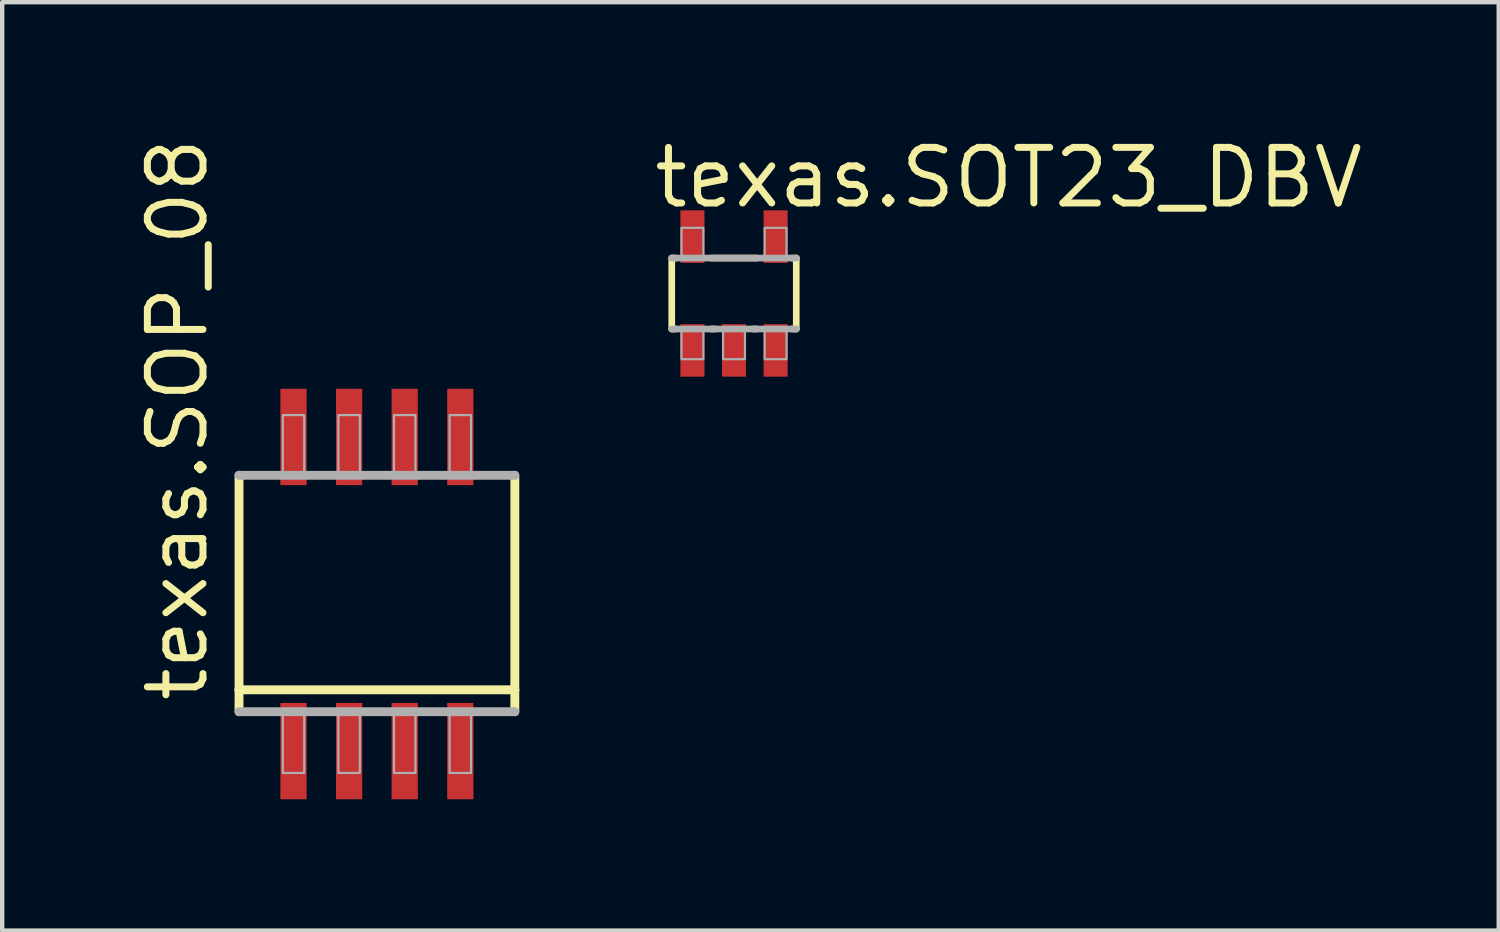
<source format=kicad_pcb>
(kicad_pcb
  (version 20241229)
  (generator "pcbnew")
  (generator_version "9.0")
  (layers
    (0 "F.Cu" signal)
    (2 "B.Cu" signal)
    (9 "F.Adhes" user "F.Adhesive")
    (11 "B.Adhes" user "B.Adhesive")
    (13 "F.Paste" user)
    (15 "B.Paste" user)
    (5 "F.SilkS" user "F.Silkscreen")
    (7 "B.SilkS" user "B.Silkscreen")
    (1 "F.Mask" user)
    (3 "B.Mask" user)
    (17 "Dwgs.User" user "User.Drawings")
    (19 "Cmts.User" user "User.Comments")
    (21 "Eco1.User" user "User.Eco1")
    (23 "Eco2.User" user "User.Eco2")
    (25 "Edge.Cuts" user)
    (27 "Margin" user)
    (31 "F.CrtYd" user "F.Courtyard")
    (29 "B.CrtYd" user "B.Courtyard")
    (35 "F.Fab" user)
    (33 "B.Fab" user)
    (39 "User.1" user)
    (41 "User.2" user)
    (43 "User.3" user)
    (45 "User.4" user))
  (footprint "texas.SOT23_DBV"
    (layer "F.Cu")
    (at 13.717 3.655)
    (property "Reference" "texas.SOT23_DBV" (at -1.905 -1.905 0) (layer "F.SilkS") (effects (font (size 1.27 1.27) (thickness 0.16)) (justify left bottom)))
    (attr smd)
    (fp_line (start -1.422 -0.81) (end -1.328 -0.81) (stroke (width 0.152) (type default)) (layer "F.SilkS"))
    (fp_line (start -1.422 0.81) (end -1.422 -0.81) (stroke (width 0.152) (type default)) (layer "F.SilkS"))
    (fp_line (start -1.328 0.81) (end -1.422 0.81) (stroke (width 0.152) (type default)) (layer "F.SilkS"))
    (fp_line (start -0.522 -0.81) (end 0.522 -0.81) (stroke (width 0.152) (type default)) (layer "F.SilkS"))
    (fp_line (start -0.428 0.81) (end -0.522 0.81) (stroke (width 0.152) (type default)) (layer "F.SilkS"))
    (fp_line (start 0.522 0.81) (end 0.428 0.81) (stroke (width 0.152) (type default)) (layer "F.SilkS"))
    (fp_line (start 1.328 -0.81) (end 1.422 -0.81) (stroke (width 0.152) (type default)) (layer "F.SilkS"))
    (fp_line (start 1.422 -0.81) (end 1.422 0.81) (stroke (width 0.152) (type default)) (layer "F.SilkS"))
    (fp_line (start 1.422 0.81) (end 1.328 0.81) (stroke (width 0.152) (type default)) (layer "F.SilkS"))
    (fp_line (start -1.422 -0.81) (end 1.422 -0.81) (stroke (width 0.152) (type default)) (layer "F.Fab"))
    (fp_line (start 1.422 0.81) (end -1.422 0.81) (stroke (width 0.152) (type default)) (layer "F.Fab"))
    (fp_rect (start -1.2 -0.85) (end -0.7 -1.5) (stroke (width 0.05) (type default)) (fill no) (layer "F.Fab"))
    (fp_rect (start -1.2 1.5) (end -0.7 0.85) (stroke (width 0.05) (type default)) (fill no) (layer "F.Fab"))
    (fp_rect (start -0.25 1.5) (end 0.25 0.85) (stroke (width 0.05) (type default)) (fill no) (layer "F.Fab"))
    (fp_rect (start 0.7 -0.85) (end 1.2 -1.5) (stroke (width 0.05) (type default)) (fill no) (layer "F.Fab"))
    (fp_rect (start 0.7 1.5) (end 1.2 0.85) (stroke (width 0.05) (type default)) (fill no) (layer "F.Fab"))
    (pad "1" smd roundrect (at -0.95 1.3) (size 0.55 1.2) (layers "F.Cu" "F.Mask" "F.Paste") (roundrect_rratio 0.01))
    (pad "2" smd roundrect (at 0 1.3) (size 0.55 1.2) (layers "F.Cu" "F.Mask" "F.Paste") (roundrect_rratio 0.01))
    (pad "3" smd roundrect (at 0.95 1.3) (size 0.55 1.2) (layers "F.Cu" "F.Mask" "F.Paste") (roundrect_rratio 0.01))
    (pad "4" smd roundrect (at 0.95 -1.3) (size 0.55 1.2) (layers "F.Cu" "F.Mask" "F.Paste") (roundrect_rratio 0.01))
    (pad "5" smd roundrect (at -0.95 -1.3) (size 0.55 1.2) (layers "F.Cu" "F.Mask" "F.Paste") (roundrect_rratio 0.01)))
  (footprint "texas.SOP_08"
    (layer "F.Cu")
    (at 5.56 10.507)
    (property "Reference" "texas.SOP_08" (at -3.81 2.54 90) (layer "F.SilkS") (effects (font (size 1.27 1.27) (thickness 0.16)) (justify left bottom)))
    (attr smd)
    (fp_line (start -3.15 2.2) (end -3.15 -2.7) (stroke (width 0.203) (type default)) (layer "F.SilkS"))
    (fp_line (start -3.15 2.7) (end -3.15 2.2) (stroke (width 0.203) (type default)) (layer "F.SilkS"))
    (fp_line (start 3.15 -2.7) (end 3.15 2.2) (stroke (width 0.203) (type default)) (layer "F.SilkS"))
    (fp_line (start 3.15 2.2) (end -3.15 2.2) (stroke (width 0.203) (type default)) (layer "F.SilkS"))
    (fp_line (start 3.15 2.2) (end 3.15 2.7) (stroke (width 0.203) (type default)) (layer "F.SilkS"))
    (fp_line (start -3.15 -2.7) (end 3.15 -2.7) (stroke (width 0.203) (type default)) (layer "F.Fab"))
    (fp_line (start 3.15 2.7) (end -3.15 2.7) (stroke (width 0.203) (type default)) (layer "F.Fab"))
    (fp_rect (start -2.15 -2.725) (end -1.66 -4.075) (stroke (width 0.05) (type default)) (fill no) (layer "F.Fab"))
    (fp_rect (start -2.15 4.1) (end -1.66 2.725) (stroke (width 0.05) (type default)) (fill no) (layer "F.Fab"))
    (fp_rect (start -0.88 -2.725) (end -0.39 -4.075) (stroke (width 0.05) (type default)) (fill no) (layer "F.Fab"))
    (fp_rect (start -0.88 4.1) (end -0.39 2.725) (stroke (width 0.05) (type default)) (fill no) (layer "F.Fab"))
    (fp_rect (start 0.39 -2.725) (end 0.88 -4.075) (stroke (width 0.05) (type default)) (fill no) (layer "F.Fab"))
    (fp_rect (start 0.39 4.1) (end 0.88 2.75) (stroke (width 0.05) (type default)) (fill no) (layer "F.Fab"))
    (fp_rect (start 1.66 -2.7) (end 2.15 -4.075) (stroke (width 0.05) (type default)) (fill no) (layer "F.Fab"))
    (fp_rect (start 1.66 4.1) (end 2.15 2.725) (stroke (width 0.05) (type default)) (fill no) (layer "F.Fab"))
    (pad "1" smd roundrect (at -1.905 3.6) (size 0.6 2.2) (layers "F.Cu" "F.Mask" "F.Paste") (roundrect_rratio 0.01))
    (pad "2" smd roundrect (at -0.635 3.6) (size 0.6 2.2) (layers "F.Cu" "F.Mask" "F.Paste") (roundrect_rratio 0.01))
    (pad "3" smd roundrect (at 0.635 3.6) (size 0.6 2.2) (layers "F.Cu" "F.Mask" "F.Paste") (roundrect_rratio 0.01))
    (pad "4" smd roundrect (at 1.905 3.6) (size 0.6 2.2) (layers "F.Cu" "F.Mask" "F.Paste") (roundrect_rratio 0.01))
    (pad "5" smd roundrect (at 1.905 -3.575) (size 0.6 2.2) (layers "F.Cu" "F.Mask" "F.Paste") (roundrect_rratio 0.01))
    (pad "6" smd roundrect (at 0.635 -3.575) (size 0.6 2.2) (layers "F.Cu" "F.Mask" "F.Paste") (roundrect_rratio 0.01))
    (pad "7" smd roundrect (at -0.635 -3.575) (size 0.6 2.2) (layers "F.Cu" "F.Mask" "F.Paste") (roundrect_rratio 0.01))
    (pad "8" smd roundrect (at -1.905 -3.575) (size 0.6 2.2) (layers "F.Cu" "F.Mask" "F.Paste") (roundrect_rratio 0.01)))
  (gr_rect
    (start -3 -3)
    (end 31.185 18.207)
    (stroke (width 0.1) (type default))
    (fill no)
    (layer "Edge.Cuts")))
</source>
